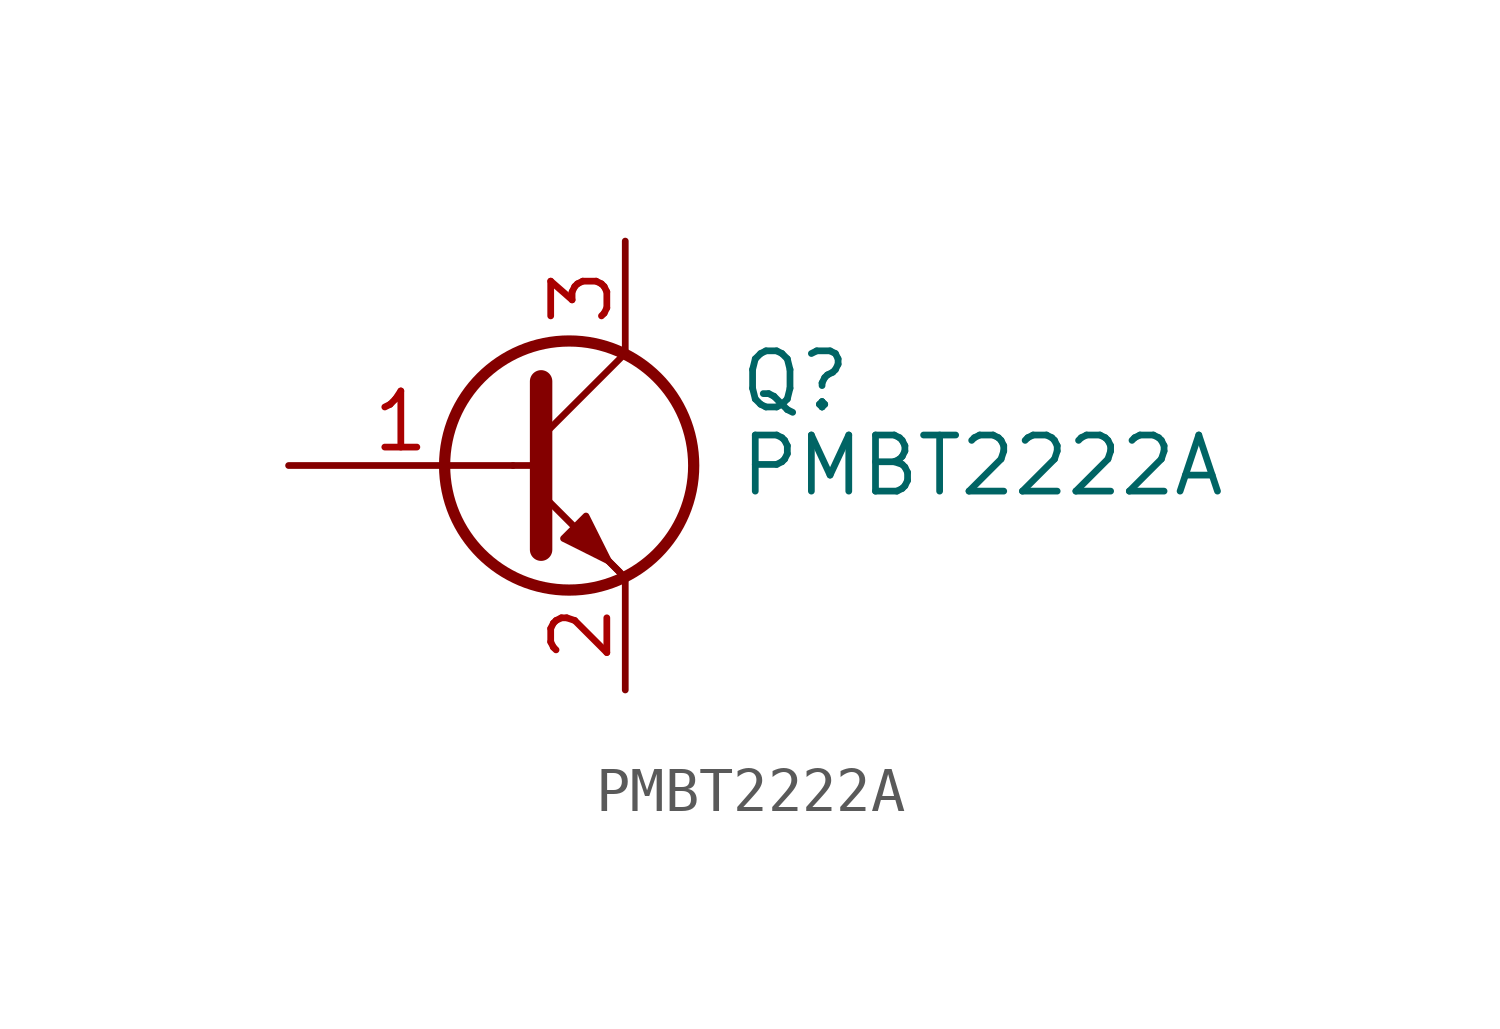
<source format=kicad_sym>
(kicad_symbol_lib
  (version 20211014)
  (generator kicad_symbol_editor)
  (symbol "PMBT2222A"
    (pin_names
      (offset 0) hide)
    (property "Reference" "Q"
      (at 5.08 1.905 0)
      (effects (font (size 1.27 1.27)) (justify left)))
    (property "Value" "PMBT2222A"
      (at 5.08 0 0)
      (effects (font (size 1.27 1.27)) (justify left)))
    (symbol "PMBT2222A_0_1"
      (polyline (pts (xy 0 0) (xy 0.635 0)) (stroke (width 0) (type default) (color 0 0 0 0)) (fill (type none)))
      (polyline (pts (xy 2.54 -2.54) (xy 0.635 -0.635)) (stroke (width 0) (type default) (color 0 0 0 0)) (fill (type none)))
      (polyline (pts (xy 2.54 2.54) (xy 0.635 0.635)) (stroke (width 0) (type default) (color 0 0 0 0)) (fill (type none)))
      (polyline (pts (xy 0.635 1.905) (xy 0.635 -1.905) (xy 0.635 -1.905)) (stroke (width 0.508) (type default) (color 0 0 0 0)) (fill (type none)))
      (polyline (pts (xy 2.413 -2.413) (xy 1.905 -1.905) (xy 1.905 -1.905)) (stroke (width 0) (type default) (color 0 0 0 0)) (fill (type none)))
      (polyline (pts (xy 1.143 -1.651) (xy 1.651 -1.143) (xy 2.159 -2.159) (xy 1.143 -1.651) (xy 1.143 -1.651)) (stroke (width 0) (type default) (color 0 0 0 0)) (fill (type outline)))
      (circle (center 1.27 0) (radius 2.819) (stroke (width 0.254) (type default) (color 0 0 0 0)) (fill (type none))))
    (symbol "PMBT2222A_1_1"
      (pin input line (at -5.08 0 0) (length 5.08) (name "B" (effects (font (size 1.27 1.27)))) (number "1" (effects (font (size 1.27 1.27)))))
      (pin passive line (at 2.54 -5.08 90) (length 2.54) (name "E" (effects (font (size 1.27 1.27)))) (number "2" (effects (font (size 1.27 1.27)))))
      (pin passive line (at 2.54 5.08 270) (length 2.54) (name "C" (effects (font (size 1.27 1.27)))) (number "3" (effects (font (size 1.27 1.27))))))))
</source>
